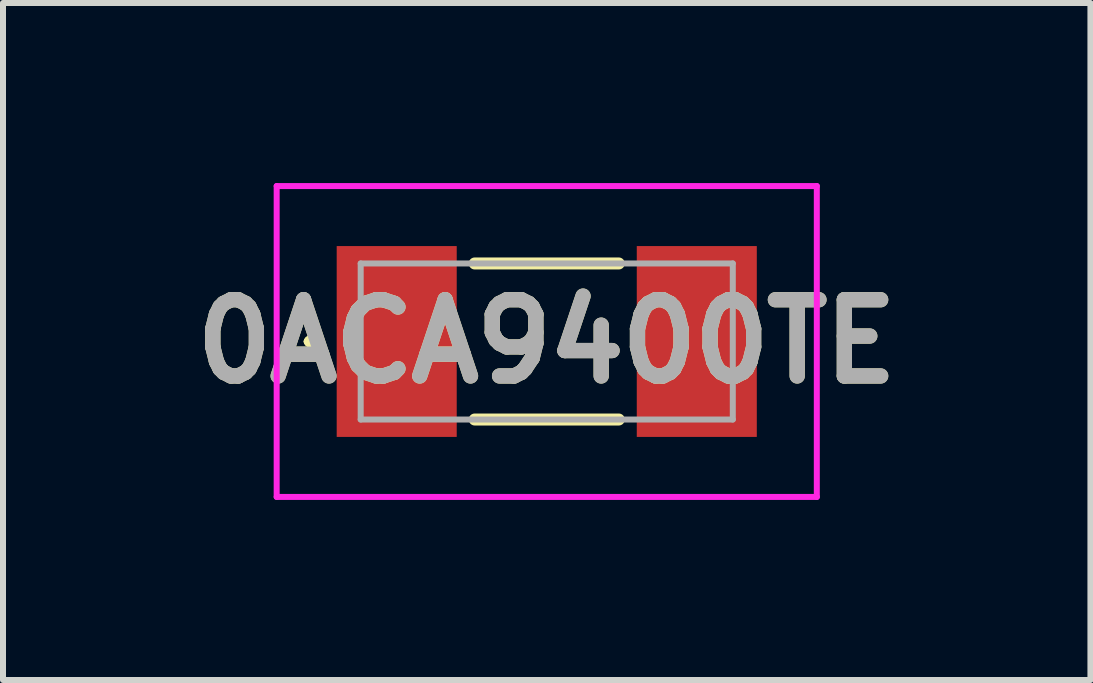
<source format=kicad_pcb>
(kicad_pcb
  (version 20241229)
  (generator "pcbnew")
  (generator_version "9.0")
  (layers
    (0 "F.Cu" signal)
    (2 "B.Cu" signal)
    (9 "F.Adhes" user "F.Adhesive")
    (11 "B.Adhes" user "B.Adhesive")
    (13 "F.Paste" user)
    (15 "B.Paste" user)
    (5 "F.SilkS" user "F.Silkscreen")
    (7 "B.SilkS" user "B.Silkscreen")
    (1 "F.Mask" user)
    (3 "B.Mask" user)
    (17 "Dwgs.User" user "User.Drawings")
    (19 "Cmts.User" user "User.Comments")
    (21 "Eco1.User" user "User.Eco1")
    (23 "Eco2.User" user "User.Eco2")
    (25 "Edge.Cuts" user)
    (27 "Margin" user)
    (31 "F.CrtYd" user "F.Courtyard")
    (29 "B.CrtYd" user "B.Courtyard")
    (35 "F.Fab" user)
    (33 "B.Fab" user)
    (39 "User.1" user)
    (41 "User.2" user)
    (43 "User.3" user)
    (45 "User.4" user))
  (footprint "0ACA9400TE"
    (layer "F.Cu")
    (at 6.06 2.64)
    (property "Reference" "0ACA9400TE" (at 0 0 0) (layer "F.SilkS") (effects (font (size 1.27 1.27) (thickness 0.254))))
    (attr smd)
    (fp_line (start -4 0) (end -4 0) (stroke (width 0.1) (type solid)) (layer "F.SilkS"))
    (fp_line (start -3.9 0) (end -3.9 0) (stroke (width 0.1) (type solid)) (layer "F.SilkS"))
    (fp_line (start -1.2 -1.3) (end 1.2 -1.3) (stroke (width 0.2) (type solid)) (layer "F.SilkS"))
    (fp_line (start -1.2 1.3) (end 1.2 1.3) (stroke (width 0.2) (type solid)) (layer "F.SilkS"))
    (fp_arc (start -4 0) (mid -3.95 -0.05) (end -3.9 0) (stroke (width 0.1) (type solid)) (layer "F.SilkS"))
    (fp_arc (start -3.9 0) (mid -3.95 0.05) (end -4 0) (stroke (width 0.1) (type solid)) (layer "F.SilkS"))
    (fp_line (start -4.5 -2.59) (end 4.5 -2.59) (stroke (width 0.1) (type solid)) (layer "F.CrtYd"))
    (fp_line (start -4.5 2.59) (end -4.5 -2.59) (stroke (width 0.1) (type solid)) (layer "F.CrtYd"))
    (fp_line (start 4.5 -2.59) (end 4.5 2.59) (stroke (width 0.1) (type solid)) (layer "F.CrtYd"))
    (fp_line (start 4.5 2.59) (end -4.5 2.59) (stroke (width 0.1) (type solid)) (layer "F.CrtYd"))
    (fp_line (start -3.1 -1.3) (end 3.1 -1.3) (stroke (width 0.1) (type solid)) (layer "F.Fab"))
    (fp_line (start -3.1 1.3) (end -3.1 -1.3) (stroke (width 0.1) (type solid)) (layer "F.Fab"))
    (fp_line (start 3.1 -1.3) (end 3.1 1.3) (stroke (width 0.1) (type solid)) (layer "F.Fab"))
    (fp_line (start 3.1 1.3) (end -3.1 1.3) (stroke (width 0.1) (type solid)) (layer "F.Fab"))
    (fp_text user "${REFERENCE}" (at 0 0 0) (layer "F.Fab") (effects (font (size 1.27 1.27) (thickness 0.254))))
    (pad "1" smd rect (at -2.5 0) (size 2 3.18) (layers "F.Cu" "F.Mask" "F.Paste"))
    (pad "2" smd rect (at 2.5 0) (size 2 3.18) (layers "F.Cu" "F.Mask" "F.Paste")))
  (gr_rect
    (start -3 -3)
    (end 15.119 8.28)
    (stroke (width 0.1) (type default))
    (fill no)
    (layer "Edge.Cuts")))
</source>
